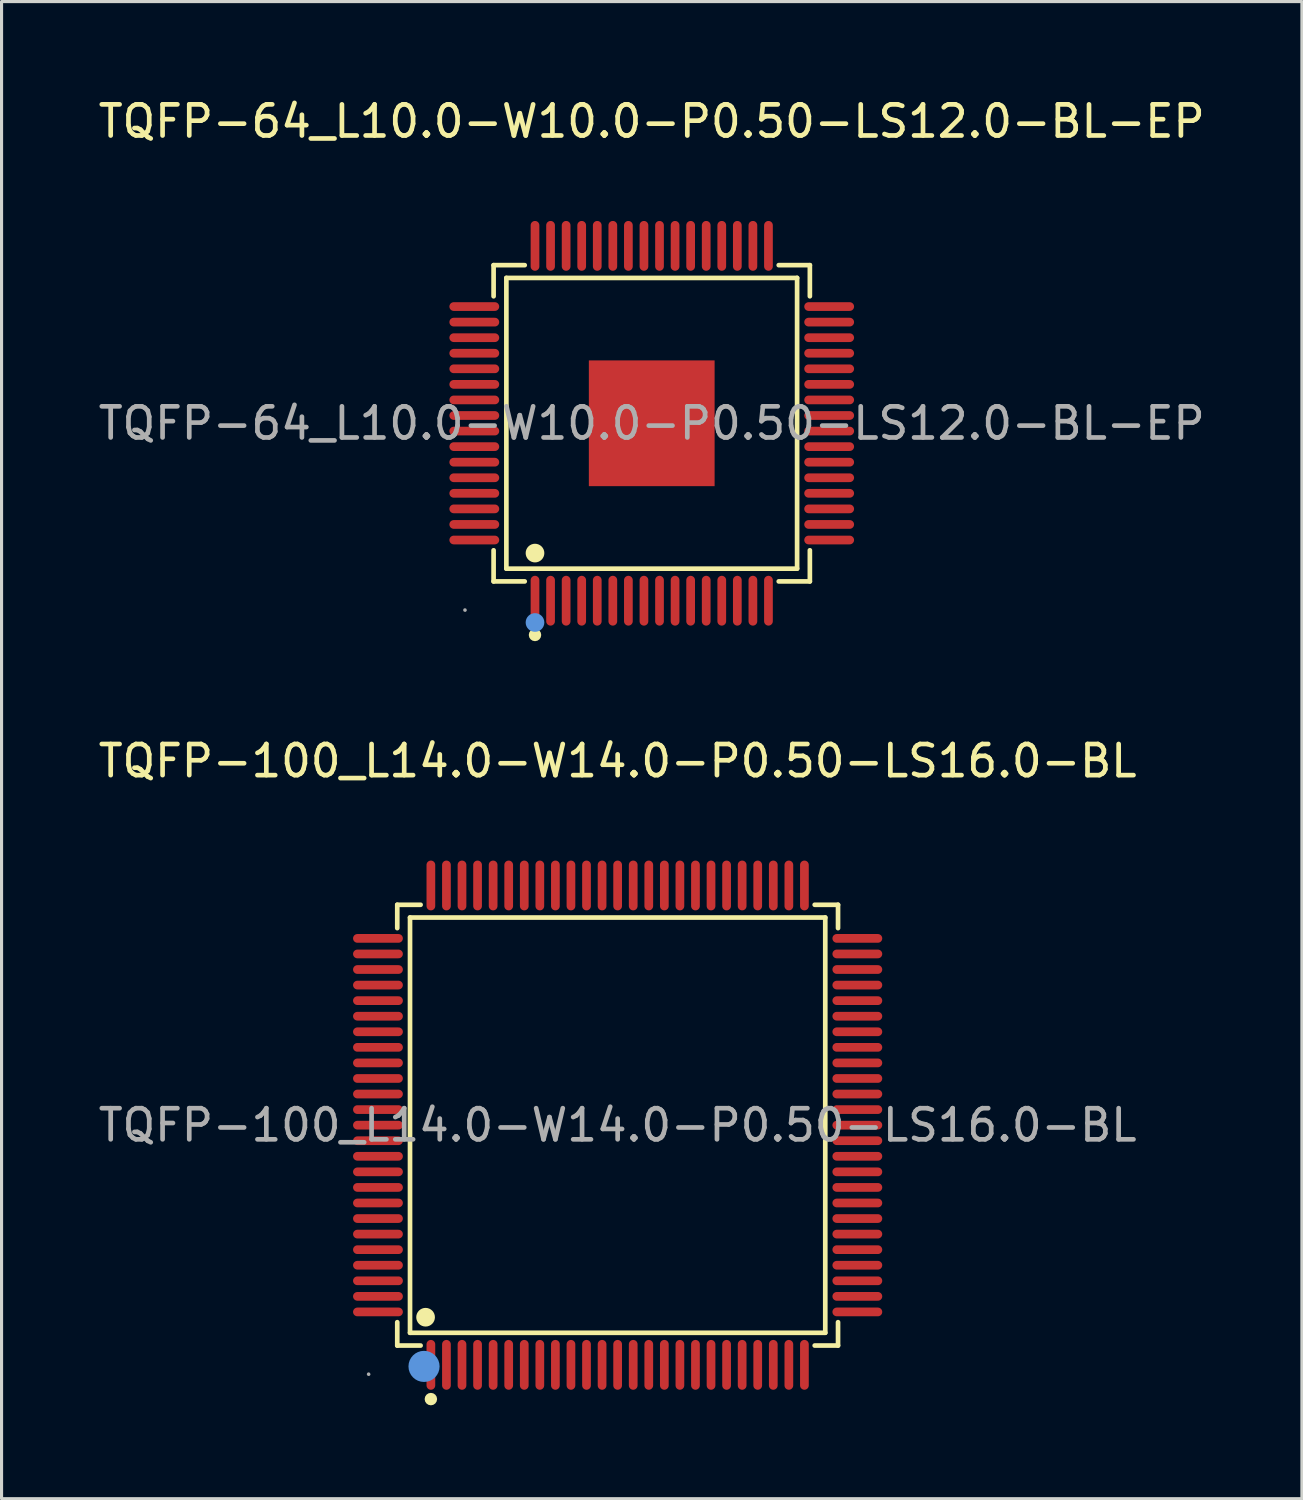
<source format=kicad_pcb>
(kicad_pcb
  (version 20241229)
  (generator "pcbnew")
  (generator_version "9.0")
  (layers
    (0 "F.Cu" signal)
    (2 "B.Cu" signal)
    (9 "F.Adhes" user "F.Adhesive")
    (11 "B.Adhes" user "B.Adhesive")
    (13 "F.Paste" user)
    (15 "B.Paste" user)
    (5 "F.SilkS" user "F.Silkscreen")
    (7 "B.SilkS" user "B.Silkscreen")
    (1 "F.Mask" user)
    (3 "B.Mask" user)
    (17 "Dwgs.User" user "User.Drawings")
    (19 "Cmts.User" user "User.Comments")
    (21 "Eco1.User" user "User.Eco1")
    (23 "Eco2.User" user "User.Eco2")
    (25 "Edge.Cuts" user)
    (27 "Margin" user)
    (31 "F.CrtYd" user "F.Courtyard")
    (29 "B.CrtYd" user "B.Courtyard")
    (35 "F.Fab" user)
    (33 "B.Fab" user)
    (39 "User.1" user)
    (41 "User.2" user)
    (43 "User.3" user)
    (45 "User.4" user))
  (footprint "TQFP-64_L10.0-W10.0-P0.50-LS12.0-BL-EP"
    (layer "F.Cu")
    (at 17.887 10.548)
    (property "Reference" "TQFP-64_L10.0-W10.0-P0.50-LS12.0-BL-EP" (at 0 -9.7 0) (layer "F.SilkS") (effects (font (size 1 1) (thickness 0.15))))
    (attr through_hole)
    (fp_line (start -5.08 -5.08) (end -4.08 -5.08) (stroke (width 0.15) (type solid)) (layer "F.SilkS"))
    (fp_line (start -5.08 -4.08) (end -5.08 -5.08) (stroke (width 0.15) (type solid)) (layer "F.SilkS"))
    (fp_line (start -5.08 4.08) (end -5.08 5.08) (stroke (width 0.15) (type solid)) (layer "F.SilkS"))
    (fp_line (start -5.08 5.08) (end -4.08 5.08) (stroke (width 0.15) (type solid)) (layer "F.SilkS"))
    (fp_line (start -4.67 -4.67) (end 4.67 -4.67) (stroke (width 0.15) (type solid)) (layer "F.SilkS"))
    (fp_line (start -4.67 4.67) (end -4.67 -4.67) (stroke (width 0.15) (type solid)) (layer "F.SilkS"))
    (fp_line (start 4.67 -4.67) (end 4.67 4.67) (stroke (width 0.15) (type solid)) (layer "F.SilkS"))
    (fp_line (start 4.67 4.67) (end -4.67 4.67) (stroke (width 0.15) (type solid)) (layer "F.SilkS"))
    (fp_line (start 5.08 -5.08) (end 4.08 -5.08) (stroke (width 0.15) (type solid)) (layer "F.SilkS"))
    (fp_line (start 5.08 -4.08) (end 5.08 -5.08) (stroke (width 0.15) (type solid)) (layer "F.SilkS"))
    (fp_line (start 5.08 4.08) (end 5.08 5.08) (stroke (width 0.15) (type solid)) (layer "F.SilkS"))
    (fp_line (start 5.08 5.08) (end 4.08 5.08) (stroke (width 0.15) (type solid)) (layer "F.SilkS"))
    (fp_circle (center -3.75 4.17) (end -3.6 4.17) (stroke (width 0.3) (type solid)) (fill no) (layer "F.SilkS"))
    (fp_circle (center -3.75 6.8) (end -3.65 6.8) (stroke (width 0.2) (type solid)) (fill no) (layer "F.SilkS"))
    (fp_circle (center -3.75 6.4) (end -3.6 6.4) (stroke (width 0.3) (type solid)) (fill no) (layer "Cmts.User"))
    (fp_circle (center -6 6) (end -5.97 6) (stroke (width 0.06) (type solid)) (fill no) (layer "F.Fab"))
    (fp_text user "${REFERENCE}" (at 0 0 0) (layer "F.Fab") (effects (font (size 1 1) (thickness 0.15))))
    (pad "1" smd oval (at -3.75 5.7) (size 0.28 1.6) (layers "F.Cu" "F.Mask" "F.Paste"))
    (pad "2" smd oval (at -3.25 5.7) (size 0.28 1.6) (layers "F.Cu" "F.Mask" "F.Paste"))
    (pad "3" smd oval (at -2.75 5.7) (size 0.28 1.6) (layers "F.Cu" "F.Mask" "F.Paste"))
    (pad "4" smd oval (at -2.25 5.7) (size 0.28 1.6) (layers "F.Cu" "F.Mask" "F.Paste"))
    (pad "5" smd oval (at -1.75 5.7) (size 0.28 1.6) (layers "F.Cu" "F.Mask" "F.Paste"))
    (pad "6" smd oval (at -1.25 5.7) (size 0.28 1.6) (layers "F.Cu" "F.Mask" "F.Paste"))
    (pad "7" smd oval (at -0.75 5.7) (size 0.28 1.6) (layers "F.Cu" "F.Mask" "F.Paste"))
    (pad "8" smd oval (at -0.25 5.7) (size 0.28 1.6) (layers "F.Cu" "F.Mask" "F.Paste"))
    (pad "9" smd oval (at 0.25 5.7) (size 0.28 1.6) (layers "F.Cu" "F.Mask" "F.Paste"))
    (pad "10" smd oval (at 0.75 5.7) (size 0.28 1.6) (layers "F.Cu" "F.Mask" "F.Paste"))
    (pad "11" smd oval (at 1.25 5.7) (size 0.28 1.6) (layers "F.Cu" "F.Mask" "F.Paste"))
    (pad "12" smd oval (at 1.75 5.7) (size 0.28 1.6) (layers "F.Cu" "F.Mask" "F.Paste"))
    (pad "13" smd oval (at 2.25 5.7) (size 0.28 1.6) (layers "F.Cu" "F.Mask" "F.Paste"))
    (pad "14" smd oval (at 2.75 5.7) (size 0.28 1.6) (layers "F.Cu" "F.Mask" "F.Paste"))
    (pad "15" smd oval (at 3.25 5.7) (size 0.28 1.6) (layers "F.Cu" "F.Mask" "F.Paste"))
    (pad "16" smd oval (at 3.75 5.7) (size 0.28 1.6) (layers "F.Cu" "F.Mask" "F.Paste"))
    (pad "17" smd oval (at 5.7 3.75) (size 1.6 0.28) (layers "F.Cu" "F.Mask" "F.Paste"))
    (pad "18" smd oval (at 5.7 3.25) (size 1.6 0.28) (layers "F.Cu" "F.Mask" "F.Paste"))
    (pad "19" smd oval (at 5.7 2.75) (size 1.6 0.28) (layers "F.Cu" "F.Mask" "F.Paste"))
    (pad "20" smd oval (at 5.7 2.25) (size 1.6 0.28) (layers "F.Cu" "F.Mask" "F.Paste"))
    (pad "21" smd oval (at 5.7 1.75) (size 1.6 0.28) (layers "F.Cu" "F.Mask" "F.Paste"))
    (pad "22" smd oval (at 5.7 1.25) (size 1.6 0.28) (layers "F.Cu" "F.Mask" "F.Paste"))
    (pad "23" smd oval (at 5.7 0.75) (size 1.6 0.28) (layers "F.Cu" "F.Mask" "F.Paste"))
    (pad "24" smd oval (at 5.7 0.25) (size 1.6 0.28) (layers "F.Cu" "F.Mask" "F.Paste"))
    (pad "25" smd oval (at 5.7 -0.25) (size 1.6 0.28) (layers "F.Cu" "F.Mask" "F.Paste"))
    (pad "26" smd oval (at 5.7 -0.75) (size 1.6 0.28) (layers "F.Cu" "F.Mask" "F.Paste"))
    (pad "27" smd oval (at 5.7 -1.25) (size 1.6 0.28) (layers "F.Cu" "F.Mask" "F.Paste"))
    (pad "28" smd oval (at 5.7 -1.75) (size 1.6 0.28) (layers "F.Cu" "F.Mask" "F.Paste"))
    (pad "29" smd oval (at 5.7 -2.25) (size 1.6 0.28) (layers "F.Cu" "F.Mask" "F.Paste"))
    (pad "30" smd oval (at 5.7 -2.75) (size 1.6 0.28) (layers "F.Cu" "F.Mask" "F.Paste"))
    (pad "31" smd oval (at 5.7 -3.25) (size 1.6 0.28) (layers "F.Cu" "F.Mask" "F.Paste"))
    (pad "32" smd oval (at 5.7 -3.75) (size 1.6 0.28) (layers "F.Cu" "F.Mask" "F.Paste"))
    (pad "33" smd oval (at 3.75 -5.7) (size 0.28 1.6) (layers "F.Cu" "F.Mask" "F.Paste"))
    (pad "34" smd oval (at 3.25 -5.7) (size 0.28 1.6) (layers "F.Cu" "F.Mask" "F.Paste"))
    (pad "35" smd oval (at 2.75 -5.7) (size 0.28 1.6) (layers "F.Cu" "F.Mask" "F.Paste"))
    (pad "36" smd oval (at 2.25 -5.7) (size 0.28 1.6) (layers "F.Cu" "F.Mask" "F.Paste"))
    (pad "37" smd oval (at 1.75 -5.7) (size 0.28 1.6) (layers "F.Cu" "F.Mask" "F.Paste"))
    (pad "38" smd oval (at 1.25 -5.7) (size 0.28 1.6) (layers "F.Cu" "F.Mask" "F.Paste"))
    (pad "39" smd oval (at 0.75 -5.7) (size 0.28 1.6) (layers "F.Cu" "F.Mask" "F.Paste"))
    (pad "40" smd oval (at 0.25 -5.7) (size 0.28 1.6) (layers "F.Cu" "F.Mask" "F.Paste"))
    (pad "41" smd oval (at -0.25 -5.7) (size 0.28 1.6) (layers "F.Cu" "F.Mask" "F.Paste"))
    (pad "42" smd oval (at -0.75 -5.7) (size 0.28 1.6) (layers "F.Cu" "F.Mask" "F.Paste"))
    (pad "43" smd oval (at -1.25 -5.7) (size 0.28 1.6) (layers "F.Cu" "F.Mask" "F.Paste"))
    (pad "44" smd oval (at -1.75 -5.7) (size 0.28 1.6) (layers "F.Cu" "F.Mask" "F.Paste"))
    (pad "45" smd oval (at -2.25 -5.7) (size 0.28 1.6) (layers "F.Cu" "F.Mask" "F.Paste"))
    (pad "46" smd oval (at -2.75 -5.7) (size 0.28 1.6) (layers "F.Cu" "F.Mask" "F.Paste"))
    (pad "47" smd oval (at -3.25 -5.7) (size 0.28 1.6) (layers "F.Cu" "F.Mask" "F.Paste"))
    (pad "48" smd oval (at -3.75 -5.7) (size 0.28 1.6) (layers "F.Cu" "F.Mask" "F.Paste"))
    (pad "49" smd oval (at -5.7 -3.75) (size 1.6 0.28) (layers "F.Cu" "F.Mask" "F.Paste"))
    (pad "50" smd oval (at -5.7 -3.25) (size 1.6 0.28) (layers "F.Cu" "F.Mask" "F.Paste"))
    (pad "51" smd oval (at -5.7 -2.75) (size 1.6 0.28) (layers "F.Cu" "F.Mask" "F.Paste"))
    (pad "52" smd oval (at -5.7 -2.25) (size 1.6 0.28) (layers "F.Cu" "F.Mask" "F.Paste"))
    (pad "53" smd oval (at -5.7 -1.75) (size 1.6 0.28) (layers "F.Cu" "F.Mask" "F.Paste"))
    (pad "54" smd oval (at -5.7 -1.25) (size 1.6 0.28) (layers "F.Cu" "F.Mask" "F.Paste"))
    (pad "55" smd oval (at -5.7 -0.75) (size 1.6 0.28) (layers "F.Cu" "F.Mask" "F.Paste"))
    (pad "56" smd oval (at -5.7 -0.25) (size 1.6 0.28) (layers "F.Cu" "F.Mask" "F.Paste"))
    (pad "57" smd oval (at -5.7 0.25) (size 1.6 0.28) (layers "F.Cu" "F.Mask" "F.Paste"))
    (pad "58" smd oval (at -5.7 0.75) (size 1.6 0.28) (layers "F.Cu" "F.Mask" "F.Paste"))
    (pad "59" smd oval (at -5.7 1.25) (size 1.6 0.28) (layers "F.Cu" "F.Mask" "F.Paste"))
    (pad "60" smd oval (at -5.7 1.75) (size 1.6 0.28) (layers "F.Cu" "F.Mask" "F.Paste"))
    (pad "61" smd oval (at -5.7 2.25) (size 1.6 0.28) (layers "F.Cu" "F.Mask" "F.Paste"))
    (pad "62" smd oval (at -5.7 2.75) (size 1.6 0.28) (layers "F.Cu" "F.Mask" "F.Paste"))
    (pad "63" smd oval (at -5.7 3.25) (size 1.6 0.28) (layers "F.Cu" "F.Mask" "F.Paste"))
    (pad "64" smd oval (at -5.7 3.75) (size 1.6 0.28) (layers "F.Cu" "F.Mask" "F.Paste"))
    (pad "65" smd rect (at 0 0) (size 4.04 4.04) (layers "F.Cu" "F.Mask" "F.Paste")))
  (footprint "TQFP-100_L14.0-W14.0-P0.50-LS16.0-BL"
    (layer "F.Cu")
    (at 16.792 33.096)
    (property "Reference" "TQFP-100_L14.0-W14.0-P0.50-LS16.0-BL" (at 0 -11.7 0) (layer "F.SilkS") (effects (font (size 1 1) (thickness 0.15))))
    (attr through_hole)
    (fp_line (start -7.08 -7.08) (end -6.33 -7.08) (stroke (width 0.15) (type solid)) (layer "F.SilkS"))
    (fp_line (start -7.08 -6.33) (end -7.08 -7.08) (stroke (width 0.15) (type solid)) (layer "F.SilkS"))
    (fp_line (start -7.08 6.33) (end -7.08 7.08) (stroke (width 0.15) (type solid)) (layer "F.SilkS"))
    (fp_line (start -7.08 7.08) (end -6.33 7.08) (stroke (width 0.15) (type solid)) (layer "F.SilkS"))
    (fp_line (start -6.67 -6.67) (end 6.67 -6.67) (stroke (width 0.15) (type solid)) (layer "F.SilkS"))
    (fp_line (start -6.67 6.67) (end -6.67 -6.67) (stroke (width 0.15) (type solid)) (layer "F.SilkS"))
    (fp_line (start 6.67 -6.67) (end 6.67 6.67) (stroke (width 0.15) (type solid)) (layer "F.SilkS"))
    (fp_line (start 6.67 6.67) (end -6.67 6.67) (stroke (width 0.15) (type solid)) (layer "F.SilkS"))
    (fp_line (start 7.08 -7.08) (end 6.33 -7.08) (stroke (width 0.15) (type solid)) (layer "F.SilkS"))
    (fp_line (start 7.08 -6.33) (end 7.08 -7.08) (stroke (width 0.15) (type solid)) (layer "F.SilkS"))
    (fp_line (start 7.08 6.33) (end 7.08 7.08) (stroke (width 0.15) (type solid)) (layer "F.SilkS"))
    (fp_line (start 7.08 7.08) (end 6.33 7.08) (stroke (width 0.15) (type solid)) (layer "F.SilkS"))
    (fp_circle (center -6.17 6.17) (end -6.02 6.17) (stroke (width 0.3) (type solid)) (fill no) (layer "F.SilkS"))
    (fp_circle (center -6 8.8) (end -5.9 8.8) (stroke (width 0.2) (type solid)) (fill no) (layer "F.SilkS"))
    (fp_circle (center -6.22 7.75) (end -5.97 7.75) (stroke (width 0.5) (type solid)) (fill no) (layer "Cmts.User"))
    (fp_circle (center -8 8) (end -7.97 8) (stroke (width 0.06) (type solid)) (fill no) (layer "F.Fab"))
    (fp_text user "${REFERENCE}" (at 0 0 0) (layer "F.Fab") (effects (font (size 1 1) (thickness 0.15))))
    (pad "1" smd oval (at -6 7.7) (size 0.28 1.6) (layers "F.Cu" "F.Mask" "F.Paste"))
    (pad "2" smd oval (at -5.5 7.7) (size 0.28 1.6) (layers "F.Cu" "F.Mask" "F.Paste"))
    (pad "3" smd oval (at -5 7.7) (size 0.28 1.6) (layers "F.Cu" "F.Mask" "F.Paste"))
    (pad "4" smd oval (at -4.5 7.7) (size 0.28 1.6) (layers "F.Cu" "F.Mask" "F.Paste"))
    (pad "5" smd oval (at -4 7.7) (size 0.28 1.6) (layers "F.Cu" "F.Mask" "F.Paste"))
    (pad "6" smd oval (at -3.5 7.7) (size 0.28 1.6) (layers "F.Cu" "F.Mask" "F.Paste"))
    (pad "7" smd oval (at -3 7.7) (size 0.28 1.6) (layers "F.Cu" "F.Mask" "F.Paste"))
    (pad "8" smd oval (at -2.5 7.7) (size 0.28 1.6) (layers "F.Cu" "F.Mask" "F.Paste"))
    (pad "9" smd oval (at -2 7.7) (size 0.28 1.6) (layers "F.Cu" "F.Mask" "F.Paste"))
    (pad "10" smd oval (at -1.5 7.7) (size 0.28 1.6) (layers "F.Cu" "F.Mask" "F.Paste"))
    (pad "11" smd oval (at -1 7.7) (size 0.28 1.6) (layers "F.Cu" "F.Mask" "F.Paste"))
    (pad "12" smd oval (at -0.5 7.7) (size 0.28 1.6) (layers "F.Cu" "F.Mask" "F.Paste"))
    (pad "13" smd oval (at 0 7.7) (size 0.28 1.6) (layers "F.Cu" "F.Mask" "F.Paste"))
    (pad "14" smd oval (at 0.5 7.7) (size 0.28 1.6) (layers "F.Cu" "F.Mask" "F.Paste"))
    (pad "15" smd oval (at 1 7.7) (size 0.28 1.6) (layers "F.Cu" "F.Mask" "F.Paste"))
    (pad "16" smd oval (at 1.5 7.7) (size 0.28 1.6) (layers "F.Cu" "F.Mask" "F.Paste"))
    (pad "17" smd oval (at 2 7.7) (size 0.28 1.6) (layers "F.Cu" "F.Mask" "F.Paste"))
    (pad "18" smd oval (at 2.5 7.7) (size 0.28 1.6) (layers "F.Cu" "F.Mask" "F.Paste"))
    (pad "19" smd oval (at 3 7.7) (size 0.28 1.6) (layers "F.Cu" "F.Mask" "F.Paste"))
    (pad "20" smd oval (at 3.5 7.7) (size 0.28 1.6) (layers "F.Cu" "F.Mask" "F.Paste"))
    (pad "21" smd oval (at 4 7.7) (size 0.28 1.6) (layers "F.Cu" "F.Mask" "F.Paste"))
    (pad "22" smd oval (at 4.5 7.7) (size 0.28 1.6) (layers "F.Cu" "F.Mask" "F.Paste"))
    (pad "23" smd oval (at 5 7.7) (size 0.28 1.6) (layers "F.Cu" "F.Mask" "F.Paste"))
    (pad "24" smd oval (at 5.5 7.7) (size 0.28 1.6) (layers "F.Cu" "F.Mask" "F.Paste"))
    (pad "25" smd oval (at 6 7.7) (size 0.28 1.6) (layers "F.Cu" "F.Mask" "F.Paste"))
    (pad "26" smd oval (at 7.7 6) (size 1.6 0.28) (layers "F.Cu" "F.Mask" "F.Paste"))
    (pad "27" smd oval (at 7.7 5.5) (size 1.6 0.28) (layers "F.Cu" "F.Mask" "F.Paste"))
    (pad "28" smd oval (at 7.7 5) (size 1.6 0.28) (layers "F.Cu" "F.Mask" "F.Paste"))
    (pad "29" smd oval (at 7.7 4.5) (size 1.6 0.28) (layers "F.Cu" "F.Mask" "F.Paste"))
    (pad "30" smd oval (at 7.7 4) (size 1.6 0.28) (layers "F.Cu" "F.Mask" "F.Paste"))
    (pad "31" smd oval (at 7.7 3.5) (size 1.6 0.28) (layers "F.Cu" "F.Mask" "F.Paste"))
    (pad "32" smd oval (at 7.7 3) (size 1.6 0.28) (layers "F.Cu" "F.Mask" "F.Paste"))
    (pad "33" smd oval (at 7.7 2.5) (size 1.6 0.28) (layers "F.Cu" "F.Mask" "F.Paste"))
    (pad "34" smd oval (at 7.7 2) (size 1.6 0.28) (layers "F.Cu" "F.Mask" "F.Paste"))
    (pad "35" smd oval (at 7.7 1.5) (size 1.6 0.28) (layers "F.Cu" "F.Mask" "F.Paste"))
    (pad "36" smd oval (at 7.7 1) (size 1.6 0.28) (layers "F.Cu" "F.Mask" "F.Paste"))
    (pad "37" smd oval (at 7.7 0.5) (size 1.6 0.28) (layers "F.Cu" "F.Mask" "F.Paste"))
    (pad "38" smd oval (at 7.7 0) (size 1.6 0.28) (layers "F.Cu" "F.Mask" "F.Paste"))
    (pad "39" smd oval (at 7.7 -0.5) (size 1.6 0.28) (layers "F.Cu" "F.Mask" "F.Paste"))
    (pad "40" smd oval (at 7.7 -1) (size 1.6 0.28) (layers "F.Cu" "F.Mask" "F.Paste"))
    (pad "41" smd oval (at 7.7 -1.5) (size 1.6 0.28) (layers "F.Cu" "F.Mask" "F.Paste"))
    (pad "42" smd oval (at 7.7 -2) (size 1.6 0.28) (layers "F.Cu" "F.Mask" "F.Paste"))
    (pad "43" smd oval (at 7.7 -2.5) (size 1.6 0.28) (layers "F.Cu" "F.Mask" "F.Paste"))
    (pad "44" smd oval (at 7.7 -3) (size 1.6 0.28) (layers "F.Cu" "F.Mask" "F.Paste"))
    (pad "45" smd oval (at 7.7 -3.5) (size 1.6 0.28) (layers "F.Cu" "F.Mask" "F.Paste"))
    (pad "46" smd oval (at 7.7 -4) (size 1.6 0.28) (layers "F.Cu" "F.Mask" "F.Paste"))
    (pad "47" smd oval (at 7.7 -4.5) (size 1.6 0.28) (layers "F.Cu" "F.Mask" "F.Paste"))
    (pad "48" smd oval (at 7.7 -5) (size 1.6 0.28) (layers "F.Cu" "F.Mask" "F.Paste"))
    (pad "49" smd oval (at 7.7 -5.5) (size 1.6 0.28) (layers "F.Cu" "F.Mask" "F.Paste"))
    (pad "50" smd oval (at 7.7 -6) (size 1.6 0.28) (layers "F.Cu" "F.Mask" "F.Paste"))
    (pad "51" smd oval (at 6 -7.7) (size 0.28 1.6) (layers "F.Cu" "F.Mask" "F.Paste"))
    (pad "52" smd oval (at 5.5 -7.7) (size 0.28 1.6) (layers "F.Cu" "F.Mask" "F.Paste"))
    (pad "53" smd oval (at 5 -7.7) (size 0.28 1.6) (layers "F.Cu" "F.Mask" "F.Paste"))
    (pad "54" smd oval (at 4.5 -7.7) (size 0.28 1.6) (layers "F.Cu" "F.Mask" "F.Paste"))
    (pad "55" smd oval (at 4 -7.7) (size 0.28 1.6) (layers "F.Cu" "F.Mask" "F.Paste"))
    (pad "56" smd oval (at 3.5 -7.7) (size 0.28 1.6) (layers "F.Cu" "F.Mask" "F.Paste"))
    (pad "57" smd oval (at 3 -7.7) (size 0.28 1.6) (layers "F.Cu" "F.Mask" "F.Paste"))
    (pad "58" smd oval (at 2.5 -7.7) (size 0.28 1.6) (layers "F.Cu" "F.Mask" "F.Paste"))
    (pad "59" smd oval (at 2 -7.7) (size 0.28 1.6) (layers "F.Cu" "F.Mask" "F.Paste"))
    (pad "60" smd oval (at 1.5 -7.7) (size 0.28 1.6) (layers "F.Cu" "F.Mask" "F.Paste"))
    (pad "61" smd oval (at 1 -7.7) (size 0.28 1.6) (layers "F.Cu" "F.Mask" "F.Paste"))
    (pad "62" smd oval (at 0.5 -7.7) (size 0.28 1.6) (layers "F.Cu" "F.Mask" "F.Paste"))
    (pad "63" smd oval (at 0 -7.7) (size 0.28 1.6) (layers "F.Cu" "F.Mask" "F.Paste"))
    (pad "64" smd oval (at -0.5 -7.7) (size 0.28 1.6) (layers "F.Cu" "F.Mask" "F.Paste"))
    (pad "65" smd oval (at -1 -7.7) (size 0.28 1.6) (layers "F.Cu" "F.Mask" "F.Paste"))
    (pad "66" smd oval (at -1.5 -7.7) (size 0.28 1.6) (layers "F.Cu" "F.Mask" "F.Paste"))
    (pad "67" smd oval (at -2 -7.7) (size 0.28 1.6) (layers "F.Cu" "F.Mask" "F.Paste"))
    (pad "68" smd oval (at -2.5 -7.7) (size 0.28 1.6) (layers "F.Cu" "F.Mask" "F.Paste"))
    (pad "69" smd oval (at -3 -7.7) (size 0.28 1.6) (layers "F.Cu" "F.Mask" "F.Paste"))
    (pad "70" smd oval (at -3.5 -7.7) (size 0.28 1.6) (layers "F.Cu" "F.Mask" "F.Paste"))
    (pad "71" smd oval (at -4 -7.7) (size 0.28 1.6) (layers "F.Cu" "F.Mask" "F.Paste"))
    (pad "72" smd oval (at -4.5 -7.7) (size 0.28 1.6) (layers "F.Cu" "F.Mask" "F.Paste"))
    (pad "73" smd oval (at -5 -7.7) (size 0.28 1.6) (layers "F.Cu" "F.Mask" "F.Paste"))
    (pad "74" smd oval (at -5.5 -7.7) (size 0.28 1.6) (layers "F.Cu" "F.Mask" "F.Paste"))
    (pad "75" smd oval (at -6 -7.7) (size 0.28 1.6) (layers "F.Cu" "F.Mask" "F.Paste"))
    (pad "76" smd oval (at -7.7 -6) (size 1.6 0.28) (layers "F.Cu" "F.Mask" "F.Paste"))
    (pad "77" smd oval (at -7.7 -5.5) (size 1.6 0.28) (layers "F.Cu" "F.Mask" "F.Paste"))
    (pad "78" smd oval (at -7.7 -5) (size 1.6 0.28) (layers "F.Cu" "F.Mask" "F.Paste"))
    (pad "79" smd oval (at -7.7 -4.5) (size 1.6 0.28) (layers "F.Cu" "F.Mask" "F.Paste"))
    (pad "80" smd oval (at -7.7 -4) (size 1.6 0.28) (layers "F.Cu" "F.Mask" "F.Paste"))
    (pad "81" smd oval (at -7.7 -3.5) (size 1.6 0.28) (layers "F.Cu" "F.Mask" "F.Paste"))
    (pad "82" smd oval (at -7.7 -3) (size 1.6 0.28) (layers "F.Cu" "F.Mask" "F.Paste"))
    (pad "83" smd oval (at -7.7 -2.5) (size 1.6 0.28) (layers "F.Cu" "F.Mask" "F.Paste"))
    (pad "84" smd oval (at -7.7 -2) (size 1.6 0.28) (layers "F.Cu" "F.Mask" "F.Paste"))
    (pad "85" smd oval (at -7.7 -1.5) (size 1.6 0.28) (layers "F.Cu" "F.Mask" "F.Paste"))
    (pad "86" smd oval (at -7.7 -1) (size 1.6 0.28) (layers "F.Cu" "F.Mask" "F.Paste"))
    (pad "87" smd oval (at -7.7 -0.5) (size 1.6 0.28) (layers "F.Cu" "F.Mask" "F.Paste"))
    (pad "88" smd oval (at -7.7 0) (size 1.6 0.28) (layers "F.Cu" "F.Mask" "F.Paste"))
    (pad "89" smd oval (at -7.7 0.5) (size 1.6 0.28) (layers "F.Cu" "F.Mask" "F.Paste"))
    (pad "90" smd oval (at -7.7 1) (size 1.6 0.28) (layers "F.Cu" "F.Mask" "F.Paste"))
    (pad "91" smd oval (at -7.7 1.5) (size 1.6 0.28) (layers "F.Cu" "F.Mask" "F.Paste"))
    (pad "92" smd oval (at -7.7 2) (size 1.6 0.28) (layers "F.Cu" "F.Mask" "F.Paste"))
    (pad "93" smd oval (at -7.7 2.5) (size 1.6 0.28) (layers "F.Cu" "F.Mask" "F.Paste"))
    (pad "94" smd oval (at -7.7 3) (size 1.6 0.28) (layers "F.Cu" "F.Mask" "F.Paste"))
    (pad "95" smd oval (at -7.7 3.5) (size 1.6 0.28) (layers "F.Cu" "F.Mask" "F.Paste"))
    (pad "96" smd oval (at -7.7 4) (size 1.6 0.28) (layers "F.Cu" "F.Mask" "F.Paste"))
    (pad "97" smd oval (at -7.7 4.5) (size 1.6 0.28) (layers "F.Cu" "F.Mask" "F.Paste"))
    (pad "98" smd oval (at -7.7 5) (size 1.6 0.28) (layers "F.Cu" "F.Mask" "F.Paste"))
    (pad "99" smd oval (at -7.7 5.5) (size 1.6 0.28) (layers "F.Cu" "F.Mask" "F.Paste"))
    (pad "100" smd oval (at -7.7 6) (size 1.6 0.28) (layers "F.Cu" "F.Mask" "F.Paste")))
  (gr_rect
    (start -3 -3)
    (end 38.774 45.096)
    (stroke (width 0.1) (type default))
    (fill no)
    (layer "Edge.Cuts")))
</source>
